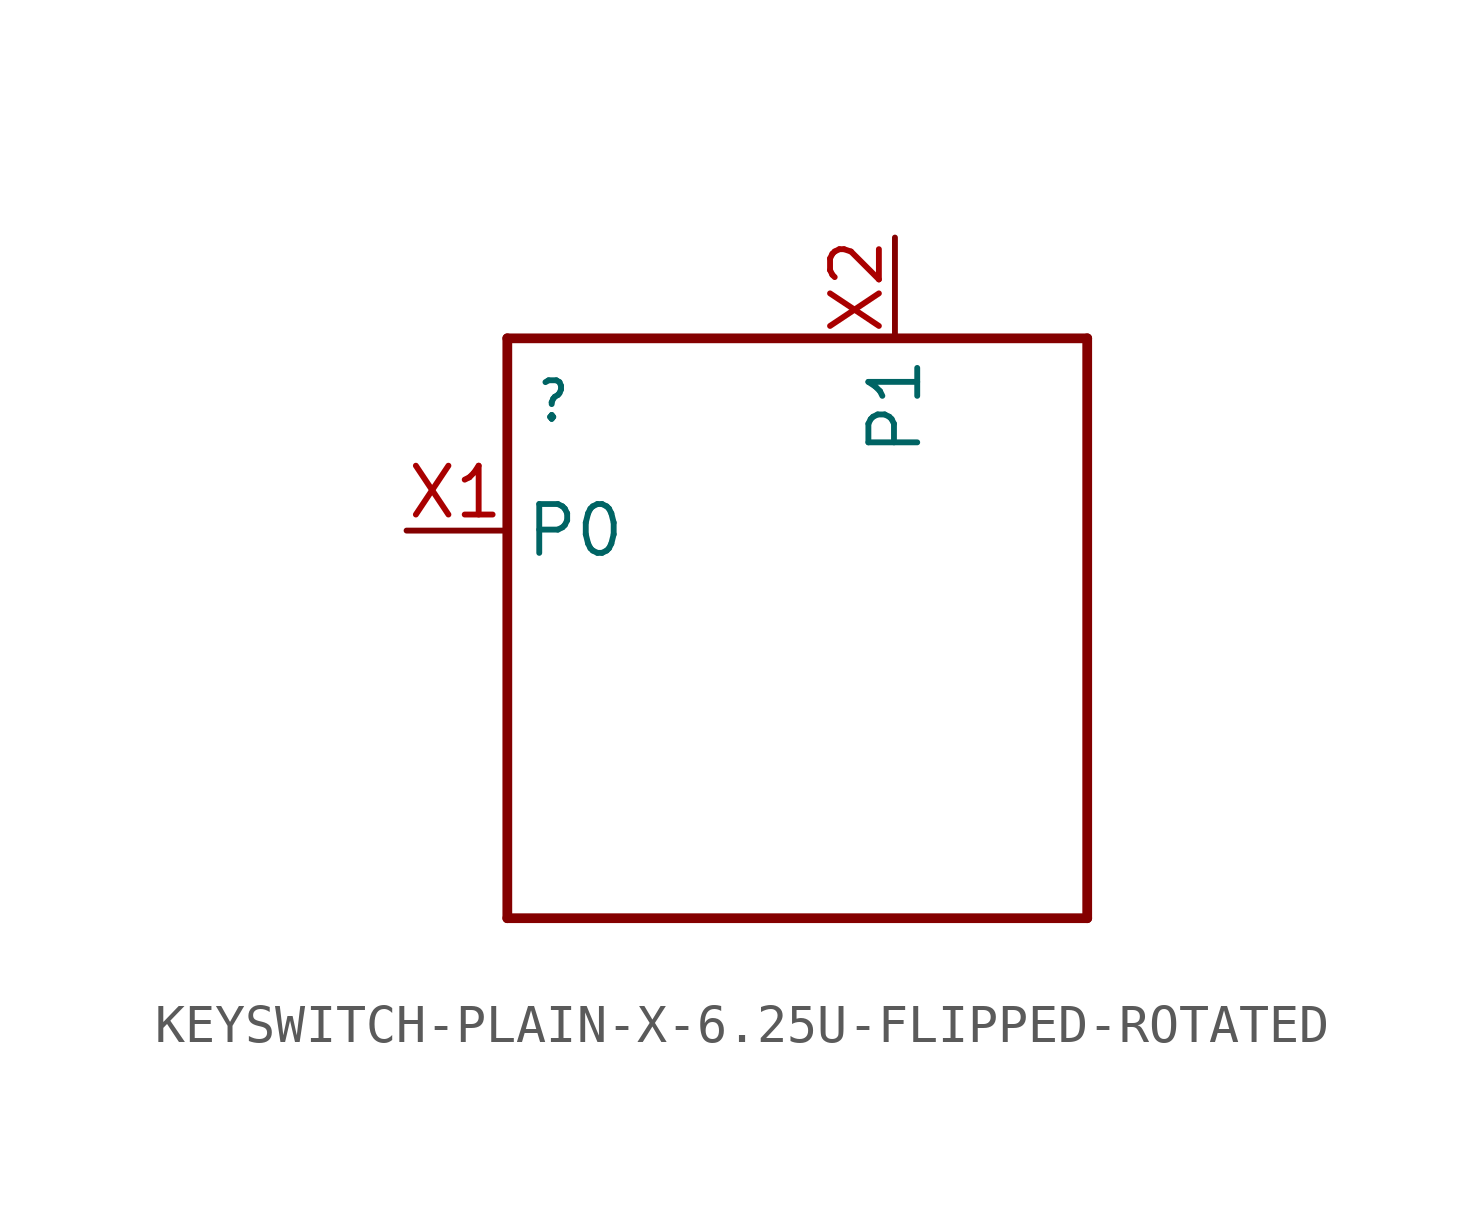
<source format=kicad_sym>
(kicad_symbol_lib
  (version 20211014)
  (generator kicad_symbol_editor)
  (symbol "KEYSWITCH-PLAIN-X-6.25U-FLIPPED-ROTATED"
    (property "Reference" ""
      (at -6.81 5.318 0)
      (effects (font (size 1 0.85)) (justify left bottom)))
    (property "ki_locked" ""
      (at 0 0 0)
      (effects (font (size 1.27 1.27))))
    (symbol "KEYSWITCH-PLAIN-X-6.25U-FLIPPED-ROTATED_1_0"
      (polyline (pts (xy -7.54 -7.54) (xy -7.54 7.54)) (stroke (width 0.254) (type default) (color 0 0 0 0)) (fill (type none)))
      (polyline (pts (xy -7.54 7.54) (xy 7.54 7.54)) (stroke (width 0.254) (type default) (color 0 0 0 0)) (fill (type none)))
      (polyline (pts (xy 7.54 -7.54) (xy -7.54 -7.54)) (stroke (width 0.254) (type default) (color 0 0 0 0)) (fill (type none)))
      (polyline (pts (xy 7.54 7.54) (xy 7.54 -7.54)) (stroke (width 0.254) (type default) (color 0 0 0 0)) (fill (type none)))
      (pin bidirectional line (at -10.16 2.54 0) (length 2.54) (name "P0" (effects (font (size 1.27 1.27)))) (number "X1" (effects (font (size 1.27 1.27)))))
      (pin bidirectional line (at 2.54 10.16 270) (length 2.54) (name "P1" (effects (font (size 1.27 1.27)))) (number "X2" (effects (font (size 1.27 1.27))))))))
</source>
